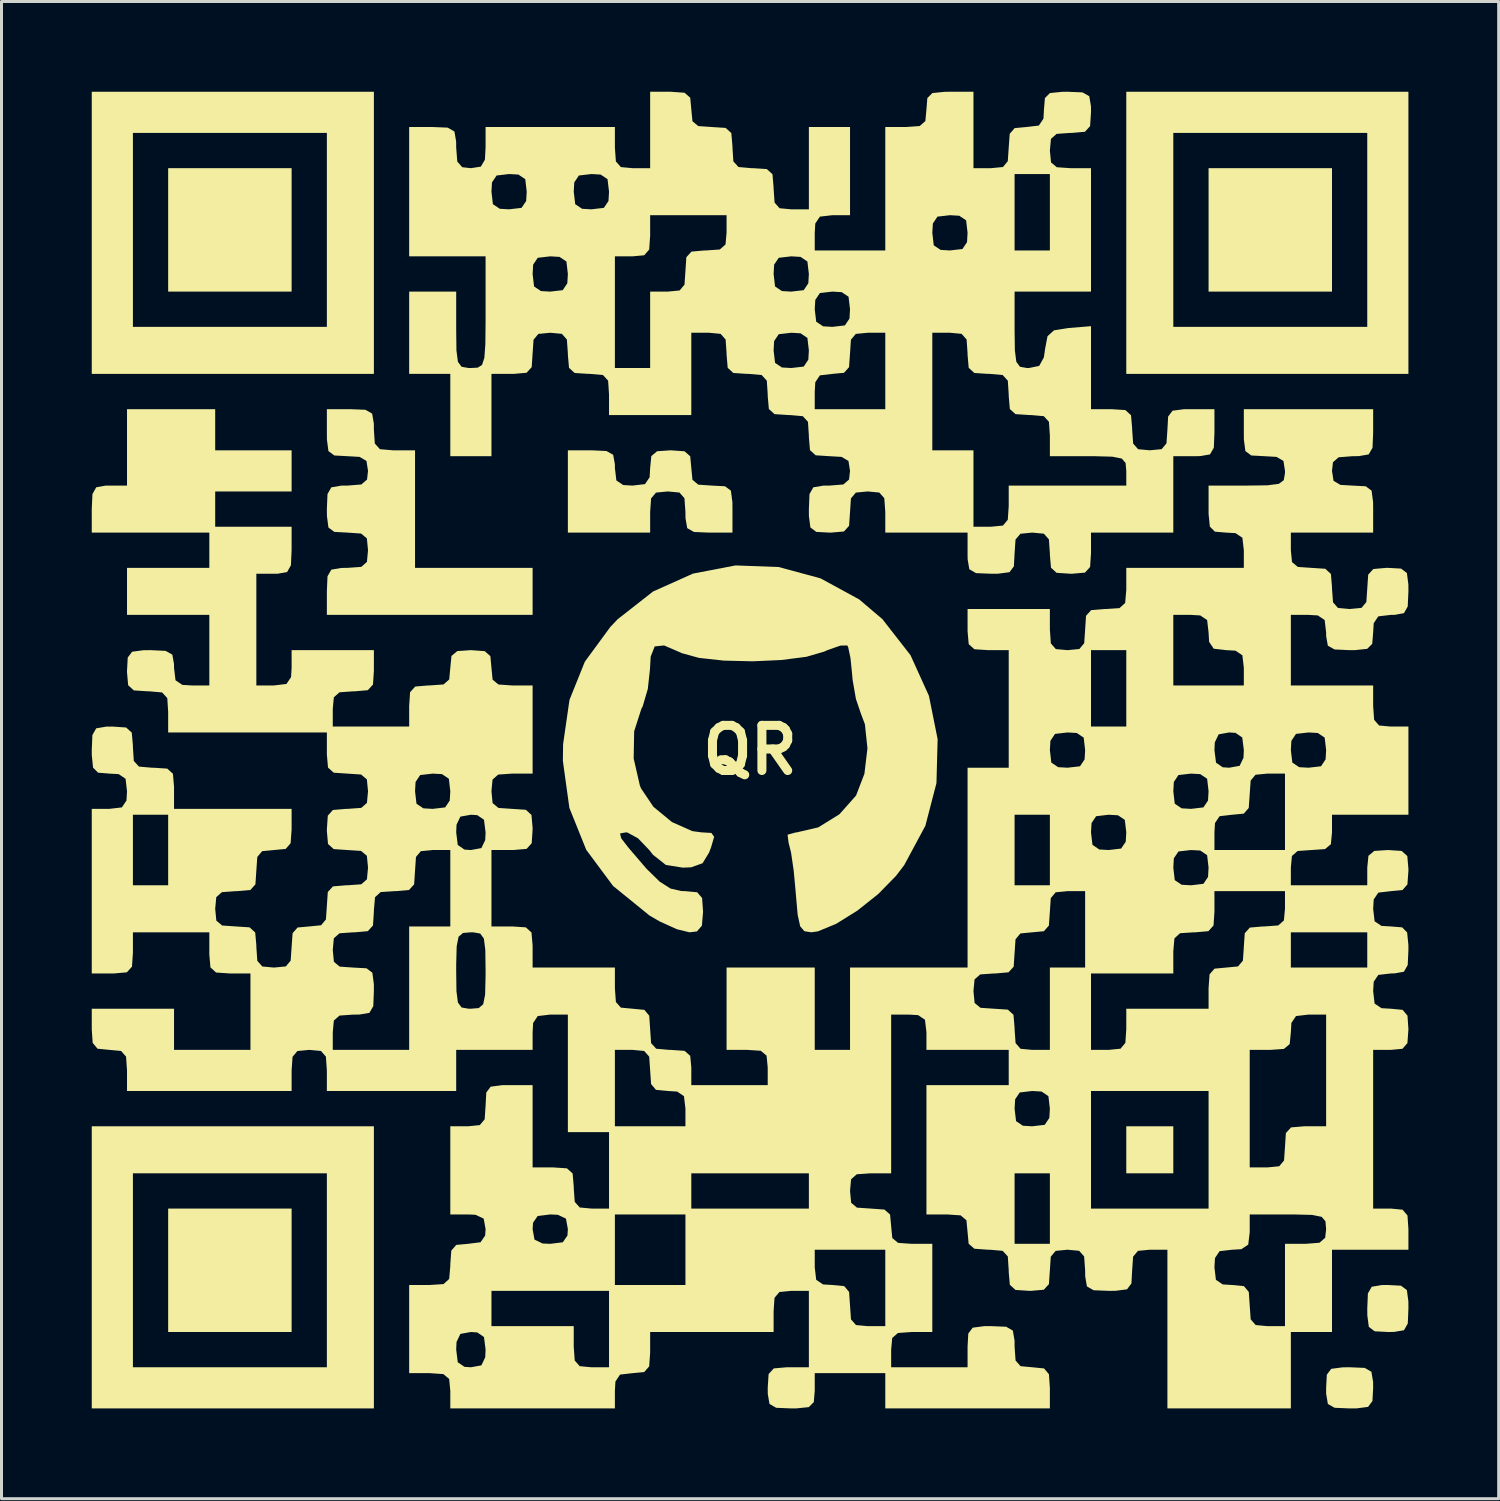
<source format=kicad_pcb>
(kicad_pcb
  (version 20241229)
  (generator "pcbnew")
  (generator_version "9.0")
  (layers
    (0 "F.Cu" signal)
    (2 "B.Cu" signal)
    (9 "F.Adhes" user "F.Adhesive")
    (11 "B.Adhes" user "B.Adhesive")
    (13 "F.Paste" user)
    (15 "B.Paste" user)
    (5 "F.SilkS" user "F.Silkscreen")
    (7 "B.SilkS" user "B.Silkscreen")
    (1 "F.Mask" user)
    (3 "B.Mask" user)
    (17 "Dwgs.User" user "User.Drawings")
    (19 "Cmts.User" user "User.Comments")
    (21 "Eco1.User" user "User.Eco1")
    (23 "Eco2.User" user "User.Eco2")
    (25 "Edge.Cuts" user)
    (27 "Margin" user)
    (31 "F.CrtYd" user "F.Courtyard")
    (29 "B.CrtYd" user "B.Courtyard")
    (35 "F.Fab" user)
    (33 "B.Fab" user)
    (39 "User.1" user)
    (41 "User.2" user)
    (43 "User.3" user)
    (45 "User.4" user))
  (footprint "QR"
    (layer "F.Cu")
    (at 21.883 21.883)
    (property "Reference" "QR" (at 0 0 0) (layer "F.SilkS") (effects (font (size 1.5 1.5) (thickness 0.3))))
    (attr board_only exclude_from_pos_files exclude_from_bom)
    (fp_poly (pts (xy -15.24 -17.292) (xy -15.24 -15.24) (xy -17.292 -15.24) (xy -19.343 -15.24) (xy -19.343 -17.292) (xy -19.343 -19.343) (xy -17.292 -19.343) (xy -15.24 -19.343)) (stroke (width 0) (type solid)) (fill yes) (layer "F.SilkS"))
    (fp_poly (pts (xy -15.24 17.292) (xy -15.24 19.343) (xy -17.292 19.343) (xy -19.343 19.343) (xy -19.343 17.292) (xy -19.343 15.24) (xy -17.292 15.24) (xy -15.24 15.24)) (stroke (width 0) (type solid)) (fill yes) (layer "F.SilkS"))
    (fp_poly (pts (xy 14.068 13.286) (xy 14.068 14.068) (xy 13.286 14.068) (xy 12.505 14.068) (xy 12.505 13.286) (xy 12.505 12.505) (xy 13.286 12.505) (xy 14.068 12.505)) (stroke (width 0) (type solid)) (fill yes) (layer "F.SilkS"))
    (fp_poly (pts (xy 19.343 -17.292) (xy 19.343 -15.24) (xy 17.292 -15.24) (xy 15.24 -15.24) (xy 15.24 -17.292) (xy 15.24 -19.343) (xy 17.292 -19.343) (xy 19.343 -19.343)) (stroke (width 0) (type solid)) (fill yes) (layer "F.SilkS"))
    (fp_poly (pts (xy 20.43 20.536) (xy 20.652 20.664) (xy 20.709 20.997) (xy 20.711 21.199) (xy 20.687 21.637) (xy 20.541 21.832) (xy 20.16 21.882) (xy 19.929 21.883) (xy 19.429 21.862) (xy 19.206 21.735) (xy 19.149 21.401) (xy 19.148 21.199) (xy 19.171 20.761) (xy 19.317 20.567) (xy 19.699 20.517) (xy 19.929 20.515)) (stroke (width 0) (type solid)) (fill yes) (layer "F.SilkS"))
    (fp_poly (pts (xy 21.637 17.804) (xy 21.832 17.95) (xy 21.882 18.331) (xy 21.883 18.562) (xy 21.862 19.062) (xy 21.735 19.284) (xy 21.401 19.341) (xy 21.199 19.343) (xy 20.761 19.319) (xy 20.567 19.173) (xy 20.517 18.792) (xy 20.515 18.562) (xy 20.536 18.061) (xy 20.664 17.839) (xy 20.997 17.782) (xy 21.199 17.78)) (stroke (width 0) (type solid)) (fill yes) (layer "F.SilkS"))
    (fp_poly (pts (xy -12.505 -17.194) (xy -12.505 -12.505) (xy -17.194 -12.505) (xy -21.883 -12.505) (xy -21.883 -17.194) (xy -21.883 -17.292) (xy -20.515 -17.292) (xy -20.515 -14.068) (xy -17.292 -14.068) (xy -14.068 -14.068) (xy -14.068 -17.292) (xy -14.068 -20.515) (xy -17.292 -20.515) (xy -20.515 -20.515) (xy -20.515 -17.292) (xy -21.883 -17.292) (xy -21.883 -21.883) (xy -17.194 -21.883) (xy -12.505 -21.883)) (stroke (width 0) (type solid)) (fill yes) (layer "F.SilkS"))
    (fp_poly (pts (xy -12.505 17.194) (xy -12.505 21.883) (xy -17.194 21.883) (xy -21.883 21.883) (xy -21.883 17.292) (xy -20.515 17.292) (xy -20.515 20.515) (xy -17.292 20.515) (xy -14.068 20.515) (xy -14.068 17.292) (xy -14.068 14.068) (xy -17.292 14.068) (xy -20.515 14.068) (xy -20.515 17.292) (xy -21.883 17.292) (xy -21.883 17.194) (xy -21.883 12.505) (xy -17.194 12.505) (xy -12.505 12.505)) (stroke (width 0) (type solid)) (fill yes) (layer "F.SilkS"))
    (fp_poly (pts (xy 21.883 -17.194) (xy 21.883 -12.505) (xy 17.194 -12.505) (xy 12.505 -12.505) (xy 12.505 -17.194) (xy 12.505 -17.292) (xy 14.068 -17.292) (xy 14.068 -14.068) (xy 17.292 -14.068) (xy 20.515 -14.068) (xy 20.515 -17.292) (xy 20.515 -20.515) (xy 17.292 -20.515) (xy 14.068 -20.515) (xy 14.068 -17.292) (xy 12.505 -17.292) (xy 12.505 -21.883) (xy 17.194 -21.883) (xy 21.883 -21.883)) (stroke (width 0) (type solid)) (fill yes) (layer "F.SilkS"))
    (fp_poly (pts (xy -4.774 -9.941) (xy -4.551 -9.816) (xy -4.495 -9.504) (xy -4.494 -9.378) (xy -4.445 -8.963) (xy -4.217 -8.81) (xy -3.908 -8.792) (xy -3.493 -8.841) (xy -3.339 -9.069) (xy -3.322 -9.378) (xy -3.283 -9.772) (xy -3.09 -9.934) (xy -2.638 -9.965) (xy -2.178 -9.932) (xy -1.99 -9.766) (xy -1.954 -9.378) (xy -1.916 -8.985) (xy -1.722 -8.823) (xy -1.27 -8.792) (xy -0.832 -8.769) (xy -0.638 -8.623) (xy -0.588 -8.241) (xy -0.586 -8.011) (xy -0.586 -7.229) (xy -1.368 -7.229) (xy -1.868 -7.25) (xy -2.09 -7.378) (xy -2.147 -7.711) (xy -2.149 -7.913) (xy -2.182 -8.373) (xy -2.348 -8.561) (xy -2.735 -8.597) (xy -3.129 -8.559) (xy -3.291 -8.365) (xy -3.322 -7.913) (xy -3.322 -7.229) (xy -4.689 -7.229) (xy -6.057 -7.229) (xy -6.057 -8.597) (xy -6.057 -9.965) (xy -5.275 -9.965)) (stroke (width 0) (type solid)) (fill yes) (layer "F.SilkS"))
    (fp_poly (pts (xy -12.786 -11.312) (xy -12.563 -11.184) (xy -12.506 -10.85) (xy -12.505 -10.648) (xy -12.474 -10.19) (xy -12.304 -10.002) (xy -11.873 -9.965) (xy -11.821 -9.965) (xy -11.137 -9.965) (xy -11.137 -8.011) (xy -11.137 -6.057) (xy -9.183 -6.057) (xy -7.229 -6.057) (xy -7.229 -5.275) (xy -7.229 -4.494) (xy -10.648 -4.494) (xy -14.068 -4.494) (xy -14.068 -5.275) (xy -14.047 -5.776) (xy -13.919 -5.998) (xy -13.586 -6.055) (xy -13.384 -6.057) (xy -12.924 -6.09) (xy -12.736 -6.255) (xy -12.7 -6.643) (xy -12.738 -7.037) (xy -12.931 -7.198) (xy -13.384 -7.229) (xy -13.822 -7.253) (xy -14.016 -7.399) (xy -14.066 -7.78) (xy -14.068 -8.011) (xy -14.047 -8.511) (xy -13.919 -8.734) (xy -13.586 -8.791) (xy -13.384 -8.792) (xy -12.921 -8.829) (xy -12.732 -8.993) (xy -12.7 -9.281) (xy -12.751 -9.611) (xy -12.981 -9.746) (xy -13.384 -9.769) (xy -13.822 -9.793) (xy -14.016 -9.939) (xy -14.066 -10.32) (xy -14.068 -10.551) (xy -14.068 -11.332) (xy -13.286 -11.332)) (stroke (width 0) (type solid)) (fill yes) (layer "F.SilkS"))
    (fp_poly (pts (xy 0.95 -6.085) (xy 2.343 -5.708) (xy 3.627 -5.008) (xy 4.399 -4.352) (xy 5.332 -3.155) (xy 5.945 -1.803) (xy 6.234 -0.363) (xy 6.195 1.098) (xy 5.826 2.517) (xy 5.122 3.826) (xy 4.851 4.18) (xy 4.264 4.781) (xy 3.565 5.337) (xy 2.861 5.775) (xy 2.257 6.025) (xy 2.035 6.057) (xy 1.805 6.021) (xy 1.665 5.857) (xy 1.582 5.479) (xy 1.522 4.803) (xy 1.517 4.738) (xy 1.45 4.011) (xy 1.362 3.407) (xy 1.279 3.077) (xy 1.246 2.812) (xy 1.522 2.736) (xy 1.552 2.735) (xy 2.266 2.569) (xy 2.971 2.132) (xy 3.517 1.517) (xy 3.525 1.505) (xy 3.8 0.789) (xy 3.901 -0.058) (xy 3.817 -0.857) (xy 3.676 -1.234) (xy 3.518 -1.7) (xy 3.408 -2.332) (xy 3.392 -2.515) (xy 3.337 -3.059) (xy 3.261 -3.419) (xy 3.231 -3.478) (xy 3.002 -3.473) (xy 2.573 -3.323) (xy 2.462 -3.273) (xy 1.872 -3.101) (xy 1.038 -2.994) (xy 0.082 -2.951) (xy -0.87 -2.974) (xy -1.696 -3.064) (xy -2.27 -3.222) (xy -2.3 -3.237) (xy -2.858 -3.478) (xy -3.171 -3.446) (xy -3.305 -3.105) (xy -3.328 -2.687) (xy -3.4 -2.033) (xy -3.567 -1.463) (xy -3.615 -1.368) (xy -3.853 -0.625) (xy -3.87 0.277) (xy -3.665 1.173) (xy -3.626 1.272) (xy -3.214 1.884) (xy -2.598 2.392) (xy -1.92 2.694) (xy -1.612 2.735) (xy -1.287 2.754) (xy -1.195 2.883) (xy -1.297 3.232) (xy -1.363 3.407) (xy -1.58 3.761) (xy -1.958 3.896) (xy -2.236 3.908) (xy -2.802 3.817) (xy -3.23 3.477) (xy -3.352 3.322) (xy -3.724 2.934) (xy -4.076 2.741) (xy -4.125 2.735) (xy -4.323 2.771) (xy -4.283 2.934) (xy -4.039 3.249) (xy -3.445 3.942) (xy -3.004 4.374) (xy -2.644 4.603) (xy -2.289 4.685) (xy -2.158 4.689) (xy -1.758 4.726) (xy -1.595 4.917) (xy -1.563 5.373) (xy -1.602 5.838) (xy -1.767 6.028) (xy -2.013 6.057) (xy -2.433 5.955) (xy -3.008 5.694) (xy -3.344 5.499) (xy -4.555 4.515) (xy -5.447 3.314) (xy -6.007 1.921) (xy -6.223 0.36) (xy -6.216 -0.195) (xy -6.003 -1.67) (xy -5.492 -2.94) (xy -4.645 -4.094) (xy -4.399 -4.352) (xy -3.226 -5.271) (xy -1.899 -5.866) (xy -0.486 -6.138)) (stroke (width 0) (type solid)) (fill yes) (layer "F.SilkS"))
    (fp_poly (pts (xy -2.178 -21.85) (xy -1.99 -21.685) (xy -1.954 -21.297) (xy -1.916 -20.903) (xy -1.722 -20.742) (xy -1.27 -20.711) (xy -0.812 -20.681) (xy -0.624 -20.51) (xy -0.586 -20.079) (xy -0.586 -20.027) (xy -0.556 -19.569) (xy -0.385 -19.381) (xy 0.046 -19.343) (xy 0.098 -19.343) (xy 0.556 -19.313) (xy 0.744 -19.142) (xy 0.781 -18.711) (xy 0.782 -18.659) (xy 0.814 -18.2) (xy 0.98 -18.011) (xy 1.368 -17.975) (xy 1.954 -17.975) (xy 1.954 -19.343) (xy 1.954 -20.711) (xy 2.638 -20.711) (xy 3.322 -20.711) (xy 3.322 -19.245) (xy 3.322 -17.78) (xy 2.735 -17.78) (xy 2.32 -17.732) (xy 2.167 -17.503) (xy 2.149 -17.194) (xy 2.149 -16.608) (xy 3.322 -16.608) (xy 4.494 -16.608) (xy 4.494 -17.194) (xy 6.057 -17.194) (xy 6.105 -16.779) (xy 6.334 -16.626) (xy 6.643 -16.608) (xy 7.058 -16.656) (xy 7.211 -16.884) (xy 7.229 -17.194) (xy 7.181 -17.609) (xy 6.952 -17.762) (xy 6.643 -17.78) (xy 6.228 -17.732) (xy 6.075 -17.503) (xy 6.057 -17.194) (xy 4.494 -17.194) (xy 4.494 -17.878) (xy 8.792 -17.878) (xy 8.792 -16.608) (xy 9.378 -16.608) (xy 9.965 -16.608) (xy 9.965 -17.878) (xy 9.965 -19.148) (xy 9.378 -19.148) (xy 8.792 -19.148) (xy 8.792 -17.878) (xy 4.494 -17.878) (xy 4.494 -18.659) (xy 4.494 -20.711) (xy 5.178 -20.711) (xy 5.637 -20.743) (xy 5.826 -20.909) (xy 5.862 -21.297) (xy 5.892 -21.673) (xy 6.06 -21.84) (xy 6.475 -21.882) (xy 6.643 -21.883) (xy 7.425 -21.883) (xy 7.425 -20.613) (xy 7.425 -19.343) (xy 8.011 -19.343) (xy 8.405 -19.381) (xy 8.566 -19.575) (xy 8.597 -20.027) (xy 8.63 -20.486) (xy 8.795 -20.675) (xy 9.183 -20.711) (xy 9.598 -20.759) (xy 9.751 -20.988) (xy 9.769 -21.297) (xy 9.8 -21.673) (xy 9.967 -21.84) (xy 10.383 -21.882) (xy 10.551 -21.883) (xy 11.051 -21.862) (xy 11.274 -21.735) (xy 11.331 -21.401) (xy 11.332 -21.199) (xy 11.302 -20.741) (xy 11.131 -20.553) (xy 10.701 -20.515) (xy 10.648 -20.515) (xy 10.189 -20.483) (xy 10.001 -20.317) (xy 9.965 -19.929) (xy 10.003 -19.535) (xy 10.196 -19.374) (xy 10.648 -19.343) (xy 11.332 -19.343) (xy 11.332 -17.292) (xy 11.332 -15.24) (xy 10.062 -15.24) (xy 8.792 -15.24) (xy 8.792 -13.97) (xy 8.801 -13.287) (xy 8.85 -12.907) (xy 8.972 -12.741) (xy 9.2 -12.701) (xy 9.268 -12.7) (xy 9.61 -12.77) (xy 9.765 -13.054) (xy 9.806 -13.335) (xy 9.886 -13.757) (xy 10.101 -13.952) (xy 10.577 -14.029) (xy 10.6 -14.031) (xy 11.332 -14.091) (xy 11.332 -12.712) (xy 11.332 -11.332) (xy 12.016 -11.332) (xy 12.474 -11.302) (xy 12.662 -11.131) (xy 12.7 -10.701) (xy 12.7 -10.648) (xy 12.733 -10.189) (xy 12.898 -10.001) (xy 13.286 -9.965) (xy 13.68 -10.003) (xy 13.841 -10.196) (xy 13.872 -10.648) (xy 13.896 -11.086) (xy 14.042 -11.281) (xy 14.423 -11.331) (xy 14.654 -11.332) (xy 15.435 -11.332) (xy 15.435 -10.551) (xy 15.415 -10.05) (xy 15.287 -9.828) (xy 14.953 -9.771) (xy 14.752 -9.769) (xy 14.068 -9.769) (xy 14.068 -8.499) (xy 14.068 -7.229) (xy 12.7 -7.229) (xy 11.332 -7.229) (xy 11.332 -6.545) (xy 11.302 -6.087) (xy 11.131 -5.899) (xy 10.701 -5.862) (xy 10.648 -5.862) (xy 10.19 -5.892) (xy 10.002 -6.062) (xy 9.965 -6.493) (xy 9.965 -6.545) (xy 9.932 -7.005) (xy 9.766 -7.193) (xy 9.378 -7.229) (xy 8.985 -7.191) (xy 8.823 -6.998) (xy 8.792 -6.545) (xy 8.769 -6.108) (xy 8.623 -5.913) (xy 8.241 -5.863) (xy 8.011 -5.862) (xy 7.51 -5.882) (xy 7.288 -6.01) (xy 7.231 -6.344) (xy 7.229 -6.545) (xy 7.229 -7.229) (xy 5.862 -7.229) (xy 4.494 -7.229) (xy 4.494 -7.913) (xy 4.461 -8.373) (xy 4.295 -8.561) (xy 3.908 -8.597) (xy 3.514 -8.559) (xy 3.352 -8.365) (xy 3.322 -7.913) (xy 3.291 -7.455) (xy 3.121 -7.267) (xy 2.69 -7.229) (xy 2.638 -7.229) (xy 2.2 -7.253) (xy 2.005 -7.399) (xy 1.955 -7.78) (xy 1.954 -8.011) (xy 1.975 -8.511) (xy 2.102 -8.734) (xy 2.436 -8.791) (xy 2.638 -8.792) (xy 3.1 -8.829) (xy 3.289 -8.993) (xy 3.322 -9.281) (xy 3.27 -9.611) (xy 3.041 -9.746) (xy 2.638 -9.769) (xy 2.179 -9.799) (xy 1.991 -9.97) (xy 1.954 -10.401) (xy 1.954 -10.453) (xy 1.924 -10.911) (xy 1.753 -11.099) (xy 1.322 -11.137) (xy 1.27 -11.137) (xy 0.812 -11.167) (xy 0.624 -11.338) (xy 0.586 -11.769) (xy 0.586 -11.821) (xy 0.58 -11.918) (xy 2.149 -11.918) (xy 2.149 -11.332) (xy 3.322 -11.332) (xy 4.494 -11.332) (xy 4.494 -11.918) (xy 6.057 -11.918) (xy 6.057 -9.965) (xy 6.741 -9.965) (xy 7.425 -9.965) (xy 7.425 -8.695) (xy 7.425 -7.425) (xy 8.011 -7.425) (xy 8.405 -7.463) (xy 8.566 -7.656) (xy 8.597 -8.108) (xy 8.597 -8.792) (xy 10.551 -8.792) (xy 12.505 -8.792) (xy 12.505 -9.281) (xy 12.482 -9.543) (xy 12.357 -9.69) (xy 12.039 -9.753) (xy 11.442 -9.769) (xy 11.235 -9.769) (xy 9.965 -9.769) (xy 9.965 -10.453) (xy 9.934 -10.911) (xy 9.764 -11.099) (xy 9.333 -11.137) (xy 9.281 -11.137) (xy 8.822 -11.167) (xy 8.634 -11.338) (xy 8.597 -11.769) (xy 8.597 -11.821) (xy 8.567 -12.279) (xy 8.396 -12.467) (xy 7.965 -12.505) (xy 7.913 -12.505) (xy 7.455 -12.535) (xy 7.267 -12.706) (xy 7.229 -13.136) (xy 7.229 -13.188) (xy 7.197 -13.648) (xy 7.031 -13.836) (xy 6.643 -13.872) (xy 6.057 -13.872) (xy 6.057 -11.918) (xy 4.494 -11.918) (xy 4.494 -12.602) (xy 4.494 -13.872) (xy 3.908 -13.872) (xy 3.514 -13.834) (xy 3.352 -13.641) (xy 3.322 -13.188) (xy 3.289 -12.729) (xy 3.123 -12.541) (xy 2.735 -12.505) (xy 2.32 -12.456) (xy 2.167 -12.228) (xy 2.149 -11.918) (xy 0.58 -11.918) (xy 0.556 -12.279) (xy 0.385 -12.467) (xy -0.046 -12.505) (xy -0.098 -12.505) (xy -0.556 -12.535) (xy -0.744 -12.706) (xy -0.781 -13.136) (xy -0.782 -13.188) (xy -0.788 -13.286) (xy 0.782 -13.286) (xy 0.83 -12.871) (xy 1.058 -12.718) (xy 1.368 -12.7) (xy 1.783 -12.748) (xy 1.936 -12.977) (xy 1.954 -13.286) (xy 1.905 -13.701) (xy 1.677 -13.854) (xy 1.368 -13.872) (xy 0.953 -13.824) (xy 0.799 -13.596) (xy 0.782 -13.286) (xy -0.788 -13.286) (xy -0.814 -13.648) (xy -0.98 -13.836) (xy -1.368 -13.872) (xy -1.954 -13.872) (xy -1.954 -12.505) (xy -1.954 -11.137) (xy -3.322 -11.137) (xy -4.689 -11.137) (xy -4.689 -11.821) (xy -4.719 -12.279) (xy -4.89 -12.467) (xy -5.321 -12.505) (xy -5.373 -12.505) (xy -5.831 -12.535) (xy -6.019 -12.706) (xy -6.057 -13.136) (xy -6.057 -13.188) (xy -6.09 -13.648) (xy -6.255 -13.836) (xy -6.643 -13.872) (xy -7.037 -13.834) (xy -7.198 -13.641) (xy -7.229 -13.188) (xy -7.259 -12.73) (xy -7.43 -12.542) (xy -7.861 -12.505) (xy -7.913 -12.505) (xy -8.597 -12.505) (xy -8.597 -11.137) (xy -8.597 -9.769) (xy -9.281 -9.769) (xy -9.965 -9.769) (xy -9.965 -11.137) (xy -9.965 -12.505) (xy -10.648 -12.505) (xy -11.332 -12.505) (xy -11.332 -13.872) (xy -11.332 -15.24) (xy -10.551 -15.24) (xy -9.769 -15.24) (xy -9.769 -13.97) (xy -9.761 -13.287) (xy -9.712 -12.907) (xy -9.59 -12.741) (xy -9.361 -12.701) (xy -9.281 -12.7) (xy -9.054 -12.713) (xy -8.912 -12.8) (xy -8.833 -13.036) (xy -8.8 -13.492) (xy -8.792 -14.242) (xy -8.792 -14.556) (xy -8.792 -15.826) (xy -7.229 -15.826) (xy -7.181 -15.411) (xy -6.952 -15.258) (xy -6.643 -15.24) (xy -6.228 -15.288) (xy -6.075 -15.517) (xy -6.057 -15.826) (xy -6.105 -16.241) (xy -6.334 -16.394) (xy -6.643 -16.412) (xy -4.494 -16.412) (xy -4.494 -14.556) (xy -4.494 -12.7) (xy -3.908 -12.7) (xy -3.322 -12.7) (xy -3.322 -13.97) (xy -3.322 -14.654) (xy 2.149 -14.654) (xy 2.198 -14.239) (xy 2.426 -14.086) (xy 2.735 -14.068) (xy 3.151 -14.116) (xy 3.304 -14.344) (xy 3.322 -14.654) (xy 3.273 -15.069) (xy 3.045 -15.222) (xy 2.735 -15.24) (xy 2.32 -15.192) (xy 2.167 -14.963) (xy 2.149 -14.654) (xy -3.322 -14.654) (xy -3.322 -15.24) (xy -2.735 -15.24) (xy -2.342 -15.278) (xy -2.18 -15.471) (xy -2.156 -15.826) (xy 0.782 -15.826) (xy 0.83 -15.411) (xy 1.058 -15.258) (xy 1.368 -15.24) (xy 1.783 -15.288) (xy 1.936 -15.517) (xy 1.954 -15.826) (xy 1.905 -16.241) (xy 1.677 -16.394) (xy 1.368 -16.412) (xy 0.953 -16.364) (xy 0.799 -16.136) (xy 0.782 -15.826) (xy -2.156 -15.826) (xy -2.149 -15.924) (xy -2.119 -16.382) (xy -1.948 -16.57) (xy -1.517 -16.608) (xy -1.465 -16.608) (xy -1.006 -16.64) (xy -0.817 -16.806) (xy -0.782 -17.194) (xy -0.782 -17.78) (xy -2.052 -17.78) (xy -3.322 -17.78) (xy -3.322 -17.096) (xy -3.354 -16.637) (xy -3.52 -16.448) (xy -3.908 -16.412) (xy -4.494 -16.412) (xy -6.643 -16.412) (xy -7.058 -16.364) (xy -7.211 -16.136) (xy -7.229 -15.826) (xy -8.792 -15.826) (xy -8.792 -16.412) (xy -10.062 -16.412) (xy -11.332 -16.412) (xy -11.332 -18.562) (xy -8.597 -18.562) (xy -8.549 -18.146) (xy -8.32 -17.993) (xy -8.011 -17.975) (xy -7.596 -18.024) (xy -7.443 -18.252) (xy -7.425 -18.562) (xy -5.862 -18.562) (xy -5.813 -18.146) (xy -5.585 -17.993) (xy -5.275 -17.975) (xy -4.86 -18.024) (xy -4.707 -18.252) (xy -4.689 -18.562) (xy -4.738 -18.977) (xy -4.966 -19.13) (xy -5.275 -19.148) (xy -5.691 -19.099) (xy -5.844 -18.871) (xy -5.862 -18.562) (xy -7.425 -18.562) (xy -7.473 -18.977) (xy -7.701 -19.13) (xy -8.011 -19.148) (xy -8.426 -19.099) (xy -8.579 -18.871) (xy -8.597 -18.562) (xy -11.332 -18.562) (xy -11.332 -20.711) (xy -10.551 -20.711) (xy -10.05 -20.69) (xy -9.828 -20.562) (xy -9.771 -20.229) (xy -9.769 -20.027) (xy -9.733 -19.564) (xy -9.569 -19.375) (xy -9.281 -19.343) (xy -8.95 -19.394) (xy -8.815 -19.624) (xy -8.792 -20.027) (xy -8.792 -20.711) (xy -6.643 -20.711) (xy -4.494 -20.711) (xy -4.494 -20.027) (xy -4.461 -19.567) (xy -4.295 -19.379) (xy -3.908 -19.343) (xy -3.322 -19.343) (xy -3.322 -20.613) (xy -3.322 -21.883) (xy -2.638 -21.883)) (stroke (width 0) (type solid)) (fill yes) (layer "F.SilkS"))
    (fp_poly (pts (xy -17.78 -10.648) (xy -17.78 -9.965) (xy -16.51 -9.965) (xy -15.24 -9.965) (xy -15.24 -9.281) (xy -15.24 -8.597) (xy -16.51 -8.597) (xy -17.78 -8.597) (xy -17.78 -8.011) (xy -17.78 -7.425) (xy -16.51 -7.425) (xy -15.24 -7.425) (xy -15.24 -6.643) (xy -15.263 -6.142) (xy -15.389 -5.919) (xy -15.7 -5.863) (xy -15.826 -5.862) (xy -16.412 -5.862) (xy -16.412 -4.005) (xy -16.412 -2.149) (xy -15.826 -2.149) (xy -15.411 -2.198) (xy -15.258 -2.426) (xy -15.24 -2.735) (xy -15.24 -3.322) (xy -13.872 -3.322) (xy -12.505 -3.322) (xy -12.505 -2.638) (xy -12.535 -2.179) (xy -12.706 -1.991) (xy -13.136 -1.954) (xy -13.188 -1.954) (xy -13.648 -1.921) (xy -13.836 -1.755) (xy -13.872 -1.368) (xy -13.872 -0.782) (xy -12.602 -0.782) (xy -11.332 -0.782) (xy -11.332 -1.465) (xy -11.302 -1.924) (xy -11.131 -2.112) (xy -10.701 -2.149) (xy -10.648 -2.149) (xy -10.189 -2.182) (xy -10.001 -2.348) (xy -9.965 -2.735) (xy -9.926 -3.129) (xy -9.733 -3.291) (xy -9.281 -3.322) (xy -8.821 -3.289) (xy -8.633 -3.123) (xy -8.597 -2.735) (xy -8.559 -2.342) (xy -8.365 -2.18) (xy -7.913 -2.149) (xy -7.229 -2.149) (xy -7.229 -0.684) (xy -7.229 0.782) (xy -7.913 0.782) (xy -8.373 0.814) (xy -8.561 0.98) (xy -8.597 1.368) (xy -8.559 1.762) (xy -8.365 1.923) (xy -7.913 1.954) (xy -7.455 1.984) (xy -7.267 2.155) (xy -7.229 2.586) (xy -7.229 2.638) (xy -7.259 3.096) (xy -7.43 3.284) (xy -7.861 3.321) (xy -7.913 3.322) (xy -8.597 3.322) (xy -8.597 4.592) (xy -8.597 5.862) (xy -7.913 5.862) (xy -7.455 5.892) (xy -7.267 6.062) (xy -7.229 6.493) (xy -7.229 6.545) (xy -7.229 7.229) (xy -5.862 7.229) (xy -4.494 7.229) (xy -4.494 7.913) (xy -4.461 8.373) (xy -4.295 8.561) (xy -3.908 8.597) (xy -3.514 8.635) (xy -3.352 8.828) (xy -3.322 9.281) (xy -3.291 9.739) (xy -3.121 9.927) (xy -2.69 9.965) (xy -2.638 9.965) (xy -2.178 9.997) (xy -1.99 10.163) (xy -1.954 10.551) (xy -1.954 11.137) (xy -0.684 11.137) (xy 0.586 11.137) (xy 0.586 10.551) (xy 0.548 10.157) (xy 0.355 9.995) (xy -0.098 9.965) (xy -0.782 9.965) (xy -0.782 8.597) (xy -0.782 7.229) (xy 0.684 7.229) (xy 2.149 7.229) (xy 2.149 8.597) (xy 2.149 9.965) (xy 2.735 9.965) (xy 3.322 9.965) (xy 3.322 8.597) (xy 3.322 8.011) (xy 7.425 8.011) (xy 7.463 8.405) (xy 7.656 8.566) (xy 8.108 8.597) (xy 8.567 8.627) (xy 8.755 8.798) (xy 8.792 9.229) (xy 8.792 9.281) (xy 8.825 9.74) (xy 8.991 9.929) (xy 9.378 9.965) (xy 9.965 9.965) (xy 9.965 8.597) (xy 9.965 7.425) (xy 11.332 7.425) (xy 11.332 8.695) (xy 11.332 9.965) (xy 11.918 9.965) (xy 16.608 9.965) (xy 16.608 11.918) (xy 16.608 13.872) (xy 17.194 13.872) (xy 17.588 13.834) (xy 17.749 13.641) (xy 17.78 13.188) (xy 17.81 12.73) (xy 17.981 12.542) (xy 18.412 12.505) (xy 18.464 12.505) (xy 19.148 12.505) (xy 19.148 10.648) (xy 19.148 8.792) (xy 18.562 8.792) (xy 18.146 8.841) (xy 17.993 9.069) (xy 17.975 9.378) (xy 17.937 9.772) (xy 17.744 9.934) (xy 17.292 9.965) (xy 16.608 9.965) (xy 11.918 9.965) (xy 12.312 9.926) (xy 12.474 9.733) (xy 12.505 9.281) (xy 12.505 8.597) (xy 13.872 8.597) (xy 15.24 8.597) (xy 15.24 7.913) (xy 15.273 7.454) (xy 15.438 7.265) (xy 15.826 7.229) (xy 16.22 7.191) (xy 16.381 6.998) (xy 16.406 6.643) (xy 17.975 6.643) (xy 17.975 7.229) (xy 19.245 7.229) (xy 20.515 7.229) (xy 20.515 6.643) (xy 20.515 6.057) (xy 19.245 6.057) (xy 17.975 6.057) (xy 17.975 6.643) (xy 16.406 6.643) (xy 16.412 6.545) (xy 16.443 6.087) (xy 16.613 5.899) (xy 17.044 5.862) (xy 17.096 5.862) (xy 17.556 5.829) (xy 17.744 5.663) (xy 17.78 5.275) (xy 17.78 4.689) (xy 16.608 4.689) (xy 15.435 4.689) (xy 15.435 5.373) (xy 15.405 5.831) (xy 15.234 6.019) (xy 14.804 6.057) (xy 14.752 6.057) (xy 14.293 6.087) (xy 14.105 6.258) (xy 14.068 6.689) (xy 14.068 6.741) (xy 14.068 7.425) (xy 12.7 7.425) (xy 11.332 7.425) (xy 9.965 7.425) (xy 9.965 7.229) (xy 10.551 7.229) (xy 11.137 7.229) (xy 11.137 5.959) (xy 11.137 4.689) (xy 10.551 4.689) (xy 10.157 4.727) (xy 9.995 4.921) (xy 9.965 5.373) (xy 9.932 5.833) (xy 9.766 6.021) (xy 9.378 6.057) (xy 8.985 6.095) (xy 8.823 6.288) (xy 8.792 6.741) (xy 8.762 7.199) (xy 8.591 7.387) (xy 8.161 7.425) (xy 8.108 7.425) (xy 7.649 7.457) (xy 7.461 7.623) (xy 7.425 8.011) (xy 3.322 8.011) (xy 3.322 7.229) (xy 5.275 7.229) (xy 7.229 7.229) (xy 7.229 3.908) (xy 7.229 3.322) (xy 8.792 3.322) (xy 8.792 4.494) (xy 9.378 4.494) (xy 9.965 4.494) (xy 9.965 3.908) (xy 14.068 3.908) (xy 14.116 4.323) (xy 14.344 4.476) (xy 14.654 4.494) (xy 15.069 4.445) (xy 15.222 4.217) (xy 15.24 3.908) (xy 15.192 3.493) (xy 14.963 3.339) (xy 14.654 3.322) (xy 14.239 3.37) (xy 14.086 3.598) (xy 14.068 3.908) (xy 9.965 3.908) (xy 9.965 3.322) (xy 9.965 2.735) (xy 11.332 2.735) (xy 11.381 3.151) (xy 11.609 3.304) (xy 11.918 3.322) (xy 12.334 3.273) (xy 12.487 3.045) (xy 12.505 2.735) (xy 15.435 2.735) (xy 15.435 3.322) (xy 16.608 3.322) (xy 17.78 3.322) (xy 17.78 2.052) (xy 17.78 0.782) (xy 17.194 0.782) (xy 16.8 0.82) (xy 16.639 1.013) (xy 16.608 1.465) (xy 16.575 1.925) (xy 16.409 2.113) (xy 16.022 2.149) (xy 15.606 2.198) (xy 15.453 2.426) (xy 15.435 2.735) (xy 12.505 2.735) (xy 12.456 2.32) (xy 12.228 2.167) (xy 11.918 2.149) (xy 11.503 2.198) (xy 11.35 2.426) (xy 11.332 2.735) (xy 9.965 2.735) (xy 9.965 2.149) (xy 9.378 2.149) (xy 8.792 2.149) (xy 8.792 3.322) (xy 7.229 3.322) (xy 7.229 1.368) (xy 14.068 1.368) (xy 14.116 1.783) (xy 14.344 1.936) (xy 14.654 1.954) (xy 15.069 1.905) (xy 15.222 1.677) (xy 15.24 1.368) (xy 15.192 0.953) (xy 14.963 0.799) (xy 14.654 0.782) (xy 14.239 0.83) (xy 14.086 1.058) (xy 14.068 1.368) (xy 7.229 1.368) (xy 7.229 0.586) (xy 7.913 0.586) (xy 8.597 0.586) (xy 8.597 -0.000001) (xy 9.965 -0.000001) (xy 10.013 0.415) (xy 10.241 0.568) (xy 10.551 0.586) (xy 10.966 0.538) (xy 11.119 0.309) (xy 11.137 -0.000001) (xy 15.435 -0.000001) (xy 15.488 0.419) (xy 15.711 0.572) (xy 15.924 0.586) (xy 16.273 0.523) (xy 16.401 0.255) (xy 16.412 -0.000001) (xy 17.975 -0.000001) (xy 18.024 0.415) (xy 18.252 0.568) (xy 18.562 0.586) (xy 18.977 0.538) (xy 19.13 0.309) (xy 19.148 -0.000001) (xy 19.099 -0.415) (xy 18.871 -0.568) (xy 18.562 -0.586) (xy 18.146 -0.538) (xy 17.993 -0.309) (xy 17.975 -0.000001) (xy 16.412 -0.000001) (xy 16.36 -0.419) (xy 16.136 -0.572) (xy 15.924 -0.586) (xy 15.575 -0.523) (xy 15.447 -0.255) (xy 15.435 -0.000001) (xy 11.137 -0.000001) (xy 11.089 -0.415) (xy 10.86 -0.568) (xy 10.551 -0.586) (xy 10.136 -0.538) (xy 9.983 -0.309) (xy 9.965 -0.000001) (xy 8.597 -0.000001) (xy 8.597 -1.368) (xy 8.597 -2.052) (xy 11.332 -2.052) (xy 11.332 -0.782) (xy 11.918 -0.782) (xy 12.505 -0.782) (xy 12.505 -2.052) (xy 12.505 -3.322) (xy 14.068 -3.322) (xy 14.068 -2.149) (xy 15.24 -2.149) (xy 16.412 -2.149) (xy 16.412 -2.735) (xy 16.364 -3.151) (xy 16.136 -3.304) (xy 15.826 -3.322) (xy 15.411 -3.37) (xy 15.258 -3.598) (xy 15.24 -3.908) (xy 15.192 -4.323) (xy 14.963 -4.476) (xy 14.654 -4.494) (xy 14.068 -4.494) (xy 14.068 -3.322) (xy 12.505 -3.322) (xy 11.918 -3.322) (xy 11.332 -3.322) (xy 11.332 -2.052) (xy 8.597 -2.052) (xy 8.597 -3.322) (xy 7.913 -3.322) (xy 7.455 -3.352) (xy 7.267 -3.522) (xy 7.229 -3.953) (xy 7.229 -4.005) (xy 7.229 -4.689) (xy 8.597 -4.689) (xy 9.965 -4.689) (xy 9.965 -4.005) (xy 9.997 -3.546) (xy 10.163 -3.357) (xy 10.551 -3.322) (xy 10.945 -3.36) (xy 11.106 -3.553) (xy 11.137 -4.005) (xy 11.167 -4.464) (xy 11.338 -4.652) (xy 11.769 -4.689) (xy 11.821 -4.689) (xy 12.279 -4.719) (xy 12.467 -4.89) (xy 12.505 -5.321) (xy 12.505 -5.373) (xy 12.505 -6.057) (xy 14.458 -6.057) (xy 16.412 -6.057) (xy 16.412 -6.643) (xy 16.364 -7.058) (xy 16.136 -7.211) (xy 15.826 -7.229) (xy 15.45 -7.26) (xy 15.283 -7.427) (xy 15.241 -7.843) (xy 15.24 -8.011) (xy 15.24 -8.792) (xy 16.51 -8.792) (xy 17.193 -8.801) (xy 17.573 -8.849) (xy 17.739 -8.971) (xy 17.779 -9.201) (xy 17.78 -9.281) (xy 17.729 -9.611) (xy 17.499 -9.746) (xy 17.096 -9.769) (xy 16.658 -9.793) (xy 16.464 -9.939) (xy 16.414 -10.32) (xy 16.412 -10.551) (xy 16.412 -11.332) (xy 18.562 -11.332) (xy 20.711 -11.332) (xy 20.711 -10.551) (xy 20.69 -10.05) (xy 20.562 -9.828) (xy 20.229 -9.771) (xy 20.027 -9.769) (xy 19.564 -9.733) (xy 19.375 -9.569) (xy 19.343 -9.281) (xy 19.394 -8.95) (xy 19.624 -8.815) (xy 20.027 -8.792) (xy 20.465 -8.769) (xy 20.659 -8.623) (xy 20.709 -8.241) (xy 20.711 -8.011) (xy 20.711 -7.229) (xy 19.343 -7.229) (xy 17.975 -7.229) (xy 17.975 -6.643) (xy 18.014 -6.249) (xy 18.207 -6.088) (xy 18.659 -6.057) (xy 19.118 -6.027) (xy 19.306 -5.856) (xy 19.343 -5.425) (xy 19.343 -5.373) (xy 19.376 -4.914) (xy 19.541 -4.725) (xy 19.929 -4.689) (xy 20.323 -4.727) (xy 20.485 -4.921) (xy 20.515 -5.373) (xy 20.546 -5.831) (xy 20.716 -6.019) (xy 21.147 -6.057) (xy 21.199 -6.057) (xy 21.637 -6.033) (xy 21.832 -5.887) (xy 21.882 -5.506) (xy 21.883 -5.275) (xy 21.86 -4.774) (xy 21.734 -4.551) (xy 21.423 -4.495) (xy 21.297 -4.494) (xy 20.882 -4.445) (xy 20.729 -4.217) (xy 20.711 -3.908) (xy 20.68 -3.532) (xy 20.513 -3.365) (xy 20.097 -3.322) (xy 19.929 -3.322) (xy 19.428 -3.345) (xy 19.205 -3.47) (xy 19.149 -3.782) (xy 19.148 -3.908) (xy 19.099 -4.323) (xy 18.871 -4.476) (xy 18.562 -4.494) (xy 17.975 -4.494) (xy 17.975 -3.322) (xy 17.975 -2.149) (xy 19.343 -2.149) (xy 20.711 -2.149) (xy 20.711 -1.465) (xy 20.743 -1.006) (xy 20.909 -0.817) (xy 21.297 -0.782) (xy 21.883 -0.782) (xy 21.883 0.684) (xy 21.883 2.149) (xy 20.613 2.149) (xy 19.343 2.149) (xy 19.343 2.735) (xy 19.305 3.129) (xy 19.112 3.291) (xy 18.659 3.322) (xy 18.2 3.354) (xy 18.011 3.52) (xy 17.975 3.908) (xy 17.975 4.494) (xy 19.245 4.494) (xy 20.515 4.494) (xy 20.515 3.908) (xy 20.554 3.514) (xy 20.747 3.352) (xy 21.199 3.322) (xy 21.658 3.352) (xy 21.846 3.522) (xy 21.883 3.953) (xy 21.883 4.005) (xy 21.85 4.465) (xy 21.685 4.653) (xy 21.297 4.689) (xy 20.882 4.738) (xy 20.729 4.966) (xy 20.711 5.275) (xy 20.759 5.691) (xy 20.988 5.844) (xy 21.297 5.862) (xy 21.673 5.892) (xy 21.84 6.06) (xy 21.882 6.475) (xy 21.883 6.643) (xy 21.86 7.144) (xy 21.734 7.367) (xy 21.423 7.423) (xy 21.297 7.425) (xy 20.882 7.473) (xy 20.729 7.701) (xy 20.711 8.011) (xy 20.759 8.426) (xy 20.988 8.579) (xy 21.297 8.597) (xy 21.691 8.635) (xy 21.852 8.828) (xy 21.883 9.281) (xy 21.85 9.74) (xy 21.685 9.929) (xy 21.297 9.965) (xy 20.711 9.965) (xy 20.711 12.602) (xy 20.711 15.24) (xy 21.297 15.24) (xy 21.691 15.278) (xy 21.852 15.471) (xy 21.883 15.924) (xy 21.883 16.608) (xy 20.613 16.608) (xy 19.343 16.608) (xy 19.343 17.975) (xy 19.343 19.343) (xy 18.659 19.343) (xy 17.975 19.343) (xy 17.975 20.613) (xy 17.975 21.883) (xy 15.924 21.883) (xy 13.872 21.883) (xy 13.872 19.245) (xy 13.872 17.194) (xy 15.435 17.194) (xy 15.484 17.609) (xy 15.712 17.762) (xy 16.022 17.78) (xy 16.415 17.818) (xy 16.577 18.011) (xy 16.608 18.464) (xy 16.64 18.923) (xy 16.806 19.112) (xy 17.194 19.148) (xy 17.78 19.148) (xy 17.78 17.78) (xy 17.78 16.412) (xy 18.464 16.412) (xy 18.926 16.376) (xy 19.116 16.212) (xy 19.148 15.924) (xy 19.125 15.661) (xy 19 15.515) (xy 18.682 15.451) (xy 18.085 15.436) (xy 17.878 15.435) (xy 16.608 15.435) (xy 16.608 16.022) (xy 16.559 16.437) (xy 16.331 16.59) (xy 16.022 16.608) (xy 15.606 16.656) (xy 15.453 16.884) (xy 15.435 17.194) (xy 13.872 17.194) (xy 13.872 16.608) (xy 13.286 16.608) (xy 12.892 16.646) (xy 12.731 16.839) (xy 12.7 17.292) (xy 12.676 17.729) (xy 12.53 17.924) (xy 12.149 17.974) (xy 11.918 17.975) (xy 11.418 17.955) (xy 11.196 17.827) (xy 11.139 17.493) (xy 11.137 17.292) (xy 11.104 16.832) (xy 10.939 16.644) (xy 10.551 16.608) (xy 10.157 16.646) (xy 9.995 16.839) (xy 9.965 17.292) (xy 9.934 17.75) (xy 9.764 17.938) (xy 9.333 17.975) (xy 9.281 17.975) (xy 8.822 17.945) (xy 8.634 17.774) (xy 8.597 17.344) (xy 8.597 17.292) (xy 8.567 16.833) (xy 8.396 16.645) (xy 7.965 16.608) (xy 7.913 16.608) (xy 7.454 16.575) (xy 7.265 16.409) (xy 7.229 16.022) (xy 7.191 15.628) (xy 6.998 15.466) (xy 6.545 15.435) (xy 5.862 15.435) (xy 5.862 15.24) (xy 8.792 15.24) (xy 8.792 16.412) (xy 9.378 16.412) (xy 9.965 16.412) (xy 9.965 15.24) (xy 9.965 14.068) (xy 9.378 14.068) (xy 8.792 14.068) (xy 8.792 15.24) (xy 5.862 15.24) (xy 5.862 13.286) (xy 11.332 13.286) (xy 11.332 15.24) (xy 13.286 15.24) (xy 15.24 15.24) (xy 15.24 13.286) (xy 15.24 11.332) (xy 13.286 11.332) (xy 11.332 11.332) (xy 11.332 13.286) (xy 5.862 13.286) (xy 5.862 11.918) (xy 8.792 11.918) (xy 8.841 12.334) (xy 9.069 12.487) (xy 9.378 12.505) (xy 9.794 12.456) (xy 9.947 12.228) (xy 9.965 11.918) (xy 9.916 11.503) (xy 9.688 11.35) (xy 9.378 11.332) (xy 8.963 11.381) (xy 8.81 11.609) (xy 8.792 11.918) (xy 5.862 11.918) (xy 5.862 11.137) (xy 7.229 11.137) (xy 8.597 11.137) (xy 8.597 10.551) (xy 8.597 9.965) (xy 7.229 9.965) (xy 5.862 9.965) (xy 5.862 9.378) (xy 5.813 8.963) (xy 5.585 8.81) (xy 5.275 8.792) (xy 4.689 8.792) (xy 4.689 11.43) (xy 4.689 14.068) (xy 4.005 14.068) (xy 3.546 14.1) (xy 3.357 14.266) (xy 3.322 14.654) (xy 3.36 15.048) (xy 3.553 15.209) (xy 4.005 15.24) (xy 4.465 15.273) (xy 4.653 15.438) (xy 4.689 15.826) (xy 4.727 16.22) (xy 4.921 16.381) (xy 5.373 16.412) (xy 6.057 16.412) (xy 6.057 17.878) (xy 6.057 19.343) (xy 5.373 19.343) (xy 4.914 19.376) (xy 4.725 19.541) (xy 4.689 19.929) (xy 4.689 20.515) (xy 5.959 20.515) (xy 7.229 20.515) (xy 7.229 19.832) (xy 7.253 19.394) (xy 7.399 19.199) (xy 7.78 19.149) (xy 8.011 19.148) (xy 8.511 19.168) (xy 8.734 19.296) (xy 8.791 19.63) (xy 8.792 19.832) (xy 8.825 20.291) (xy 8.991 20.479) (xy 9.378 20.515) (xy 9.772 20.554) (xy 9.934 20.747) (xy 9.965 21.199) (xy 9.965 21.883) (xy 7.229 21.883) (xy 4.494 21.883) (xy 4.494 21.297) (xy 4.494 20.711) (xy 3.322 20.711) (xy 2.149 20.711) (xy 2.149 21.297) (xy 2.118 21.673) (xy 1.951 21.84) (xy 1.536 21.882) (xy 1.368 21.883) (xy 0.867 21.862) (xy 0.645 21.735) (xy 0.588 21.401) (xy 0.586 21.199) (xy 0.616 20.741) (xy 0.787 20.553) (xy 1.218 20.515) (xy 1.27 20.515) (xy 1.954 20.515) (xy 1.954 19.245) (xy 1.954 17.975) (xy 1.368 17.975) (xy 0.974 18.014) (xy 0.812 18.207) (xy 0.782 18.659) (xy 0.782 19.343) (xy -1.27 19.343) (xy -3.322 19.343) (xy -3.322 20.027) (xy -3.354 20.486) (xy -3.52 20.675) (xy -3.908 20.711) (xy -4.323 20.759) (xy -4.476 20.988) (xy -4.494 21.297) (xy -4.494 21.883) (xy -7.229 21.883) (xy -9.965 21.883) (xy -9.965 21.297) (xy -10.003 20.903) (xy -10.196 20.742) (xy -10.648 20.711) (xy -11.332 20.711) (xy -11.332 19.929) (xy -9.769 19.929) (xy -9.717 20.348) (xy -9.493 20.501) (xy -9.281 20.515) (xy -8.932 20.452) (xy -8.804 20.184) (xy -8.792 19.929) (xy -8.845 19.51) (xy -9.068 19.357) (xy -9.281 19.343) (xy -9.63 19.406) (xy -9.758 19.674) (xy -9.769 19.929) (xy -11.332 19.929) (xy -11.332 19.245) (xy -11.332 18.562) (xy -8.597 18.562) (xy -8.597 19.148) (xy -7.229 19.148) (xy -5.862 19.148) (xy -5.862 19.832) (xy -5.829 20.291) (xy -5.663 20.479) (xy -5.275 20.515) (xy -4.689 20.515) (xy -4.689 19.245) (xy -4.689 17.975) (xy -6.643 17.975) (xy -8.597 17.975) (xy -8.597 18.562) (xy -11.332 18.562) (xy -11.332 17.78) (xy -10.648 17.78) (xy -10.19 17.75) (xy -10.002 17.579) (xy -9.965 17.148) (xy -9.965 17.096) (xy -9.932 16.637) (xy -9.906 16.608) (xy -4.494 16.608) (xy -4.494 17.78) (xy -3.322 17.78) (xy -2.149 17.78) (xy -2.149 17.194) (xy 2.149 17.194) (xy 2.198 17.609) (xy 2.426 17.762) (xy 2.735 17.78) (xy 3.129 17.818) (xy 3.291 18.011) (xy 3.322 18.464) (xy 3.354 18.923) (xy 3.52 19.112) (xy 3.908 19.148) (xy 4.494 19.148) (xy 4.494 17.878) (xy 4.494 16.608) (xy 3.322 16.608) (xy 2.149 16.608) (xy 2.149 17.194) (xy -2.149 17.194) (xy -2.149 16.608) (xy -2.149 15.435) (xy -3.322 15.435) (xy -4.494 15.435) (xy -4.494 16.608) (xy -9.906 16.608) (xy -9.766 16.448) (xy -9.378 16.412) (xy -8.96 16.36) (xy -8.806 16.136) (xy -8.792 15.924) (xy -7.229 15.924) (xy -7.166 16.273) (xy -6.898 16.401) (xy -6.643 16.412) (xy -6.224 16.36) (xy -6.071 16.136) (xy -6.057 15.924) (xy -6.12 15.575) (xy -6.388 15.447) (xy -6.643 15.435) (xy -7.062 15.488) (xy -7.215 15.711) (xy -7.229 15.924) (xy -8.792 15.924) (xy -8.855 15.575) (xy -9.124 15.447) (xy -9.378 15.435) (xy -9.965 15.435) (xy -9.965 13.97) (xy -9.965 12.505) (xy -9.378 12.505) (xy -8.985 12.466) (xy -8.823 12.273) (xy -8.792 11.821) (xy -8.769 11.383) (xy -8.623 11.188) (xy -8.241 11.138) (xy -8.011 11.137) (xy -7.229 11.137) (xy -7.229 12.505) (xy -7.229 13.872) (xy -6.545 13.872) (xy -6.087 13.903) (xy -5.899 14.073) (xy -5.862 14.504) (xy -5.862 14.556) (xy -5.829 15.016) (xy -5.663 15.204) (xy -5.275 15.24) (xy -4.689 15.24) (xy -4.689 14.654) (xy -1.954 14.654) (xy -1.954 15.24) (xy -0.000001 15.24) (xy 1.954 15.24) (xy 1.954 14.654) (xy 1.954 14.068) (xy -0.000001 14.068) (xy -1.954 14.068) (xy -1.954 14.654) (xy -4.689 14.654) (xy -4.689 13.97) (xy -4.689 12.7) (xy -5.373 12.7) (xy -6.057 12.7) (xy -6.057 11.235) (xy -4.494 11.235) (xy -4.494 12.505) (xy -3.322 12.505) (xy -2.149 12.505) (xy -2.149 11.918) (xy -2.198 11.503) (xy -2.426 11.35) (xy -2.735 11.332) (xy -3.129 11.294) (xy -3.291 11.101) (xy -3.322 10.648) (xy -3.354 10.189) (xy -3.52 10.001) (xy -3.908 9.965) (xy -4.494 9.965) (xy -4.494 11.235) (xy -6.057 11.235) (xy -6.057 10.746) (xy -6.057 8.792) (xy -6.643 8.792) (xy -7.058 8.841) (xy -7.211 9.069) (xy -7.229 9.378) (xy -7.229 9.965) (xy -8.499 9.965) (xy -9.769 9.965) (xy -9.769 10.648) (xy -9.769 11.332) (xy -11.918 11.332) (xy -14.068 11.332) (xy -14.068 10.648) (xy -14.1 10.189) (xy -14.266 10.001) (xy -14.654 9.965) (xy -15.048 10.003) (xy -15.209 10.196) (xy -15.24 10.648) (xy -15.24 11.332) (xy -17.975 11.332) (xy -20.711 11.332) (xy -20.711 10.648) (xy -20.743 10.189) (xy -20.909 10.001) (xy -21.297 9.965) (xy -21.691 9.926) (xy -21.852 9.733) (xy -21.883 9.281) (xy -21.883 8.597) (xy -20.515 8.597) (xy -19.148 8.597) (xy -19.148 9.281) (xy -19.148 9.965) (xy -17.878 9.965) (xy -16.608 9.965) (xy -16.608 8.695) (xy -16.608 7.425) (xy -17.292 7.425) (xy -17.75 7.394) (xy -17.938 7.224) (xy -17.975 6.793) (xy -17.975 6.741) (xy -17.975 6.057) (xy -19.245 6.057) (xy -20.515 6.057) (xy -20.515 6.741) (xy -20.546 7.199) (xy -20.716 7.387) (xy -21.147 7.425) (xy -21.199 7.425) (xy -21.883 7.425) (xy -21.883 4.689) (xy -21.883 3.322) (xy -20.515 3.322) (xy -20.515 4.494) (xy -19.929 4.494) (xy -19.343 4.494) (xy -19.343 3.322) (xy -19.343 2.149) (xy -19.929 2.149) (xy -20.515 2.149) (xy -20.515 3.322) (xy -21.883 3.322) (xy -21.883 1.954) (xy -21.297 1.954) (xy -20.882 1.905) (xy -20.729 1.677) (xy -20.711 1.368) (xy -20.759 0.953) (xy -20.988 0.799) (xy -21.297 0.782) (xy -21.673 0.751) (xy -21.84 0.583) (xy -21.882 0.168) (xy -21.883 -0.000001) (xy -21.862 -0.5) (xy -21.735 -0.723) (xy -21.401 -0.78) (xy -21.199 -0.782) (xy -20.741 -0.751) (xy -20.553 -0.581) (xy -20.515 -0.15) (xy -20.515 -0.098) (xy -20.485 0.361) (xy -20.314 0.549) (xy -19.884 0.586) (xy -19.832 0.586) (xy -19.373 0.616) (xy -19.185 0.787) (xy -19.148 1.218) (xy -19.148 1.27) (xy -19.148 1.954) (xy -17.194 1.954) (xy -15.24 1.954) (xy -15.24 2.638) (xy -15.273 3.097) (xy -15.438 3.286) (xy -15.826 3.322) (xy -16.22 3.36) (xy -16.381 3.553) (xy -16.412 4.005) (xy -16.443 4.464) (xy -16.613 4.652) (xy -17.044 4.689) (xy -17.096 4.689) (xy -17.556 4.722) (xy -17.744 4.888) (xy -17.78 5.275) (xy -17.742 5.669) (xy -17.549 5.831) (xy -17.096 5.862) (xy -16.638 5.892) (xy -16.45 6.062) (xy -16.412 6.493) (xy -16.412 6.545) (xy -16.38 7.005) (xy -16.214 7.193) (xy -15.826 7.229) (xy -15.432 7.191) (xy -15.271 6.998) (xy -15.247 6.643) (xy -13.872 6.643) (xy -13.834 7.037) (xy -13.641 7.198) (xy -13.188 7.229) (xy -12.751 7.253) (xy -12.556 7.399) (xy -12.506 7.78) (xy -12.505 8.011) (xy -12.525 8.511) (xy -12.653 8.734) (xy -12.987 8.791) (xy -13.188 8.792) (xy -13.648 8.825) (xy -13.836 8.991) (xy -13.872 9.378) (xy -13.872 9.965) (xy -12.602 9.965) (xy -11.332 9.965) (xy -11.332 7.913) (xy -11.332 7.327) (xy -9.769 7.327) (xy -9.761 8.01) (xy -9.712 8.39) (xy -9.59 8.556) (xy -9.361 8.596) (xy -9.281 8.597) (xy -9.018 8.575) (xy -8.872 8.449) (xy -8.808 8.132) (xy -8.793 7.534) (xy -8.792 7.327) (xy -8.801 6.644) (xy -8.849 6.264) (xy -8.971 6.098) (xy -9.201 6.058) (xy -9.281 6.057) (xy -9.543 6.079) (xy -9.69 6.205) (xy -9.753 6.522) (xy -9.769 7.12) (xy -9.769 7.327) (xy -11.332 7.327) (xy -11.332 5.862) (xy -10.648 5.862) (xy -9.965 5.862) (xy -9.965 4.592) (xy -9.965 3.322) (xy -10.551 3.322) (xy -10.945 3.36) (xy -11.106 3.553) (xy -11.137 4.005) (xy -11.167 4.464) (xy -11.338 4.652) (xy -11.769 4.689) (xy -11.821 4.689) (xy -12.279 4.719) (xy -12.467 4.89) (xy -12.505 5.321) (xy -12.505 5.373) (xy -12.535 5.831) (xy -12.706 6.019) (xy -13.136 6.057) (xy -13.188 6.057) (xy -13.648 6.09) (xy -13.836 6.255) (xy -13.872 6.643) (xy -15.247 6.643) (xy -15.24 6.545) (xy -15.207 6.086) (xy -15.042 5.897) (xy -14.654 5.862) (xy -14.26 5.823) (xy -14.099 5.63) (xy -14.068 5.178) (xy -14.037 4.719) (xy -13.867 4.531) (xy -13.436 4.494) (xy -13.384 4.494) (xy -12.924 4.461) (xy -12.736 4.295) (xy -12.7 3.908) (xy -12.738 3.514) (xy -12.931 3.352) (xy -13.384 3.322) (xy -13.842 3.291) (xy -14.03 3.121) (xy -14.064 2.735) (xy -9.769 2.735) (xy -9.717 3.154) (xy -9.493 3.308) (xy -9.281 3.322) (xy -8.932 3.258) (xy -8.804 2.99) (xy -8.792 2.735) (xy -8.845 2.316) (xy -9.068 2.163) (xy -9.281 2.149) (xy -9.63 2.212) (xy -9.758 2.48) (xy -9.769 2.735) (xy -14.064 2.735) (xy -14.068 2.69) (xy -14.068 2.638) (xy -14.037 2.179) (xy -13.867 1.991) (xy -13.436 1.954) (xy -13.384 1.954) (xy -12.924 1.921) (xy -12.736 1.755) (xy -12.7 1.368) (xy -11.137 1.368) (xy -11.089 1.783) (xy -10.86 1.936) (xy -10.551 1.954) (xy -10.136 1.905) (xy -9.983 1.677) (xy -9.965 1.368) (xy -10.013 0.953) (xy -10.241 0.799) (xy -10.551 0.782) (xy -10.966 0.83) (xy -11.119 1.058) (xy -11.137 1.368) (xy -12.7 1.368) (xy -12.738 0.974) (xy -12.931 0.812) (xy -13.384 0.782) (xy -13.842 0.751) (xy -14.03 0.581) (xy -14.068 0.15) (xy -14.068 0.098) (xy -14.068 -0.586) (xy -16.705 -0.586) (xy -19.343 -0.586) (xy -19.343 -1.27) (xy -19.373 -1.728) (xy -19.544 -1.916) (xy -19.975 -1.954) (xy -20.027 -1.954) (xy -20.485 -1.984) (xy -20.673 -2.155) (xy -20.711 -2.586) (xy -20.711 -2.638) (xy -20.687 -3.076) (xy -20.541 -3.27) (xy -20.16 -3.32) (xy -19.929 -3.322) (xy -19.428 -3.298) (xy -19.205 -3.173) (xy -19.149 -2.861) (xy -19.148 -2.735) (xy -19.099 -2.32) (xy -18.871 -2.167) (xy -18.562 -2.149) (xy -17.975 -2.149) (xy -17.975 -3.322) (xy -17.975 -4.494) (xy -19.343 -4.494) (xy -20.711 -4.494) (xy -20.711 -5.275) (xy -20.711 -6.057) (xy -19.343 -6.057) (xy -17.975 -6.057) (xy -17.975 -6.643) (xy -17.975 -7.229) (xy -19.929 -7.229) (xy -21.883 -7.229) (xy -21.883 -8.011) (xy -21.86 -8.512) (xy -21.734 -8.735) (xy -21.423 -8.791) (xy -21.297 -8.792) (xy -20.711 -8.792) (xy -20.711 -10.062) (xy -20.711 -11.332) (xy -19.245 -11.332) (xy -17.78 -11.332)) (stroke (width 0) (type solid)) (fill yes) (layer "F.SilkS")))
  (gr_rect
    (start -3 -3)
    (end 46.766 46.766)
    (stroke (width 0.1) (type default))
    (fill no)
    (layer "Edge.Cuts")))
</source>
